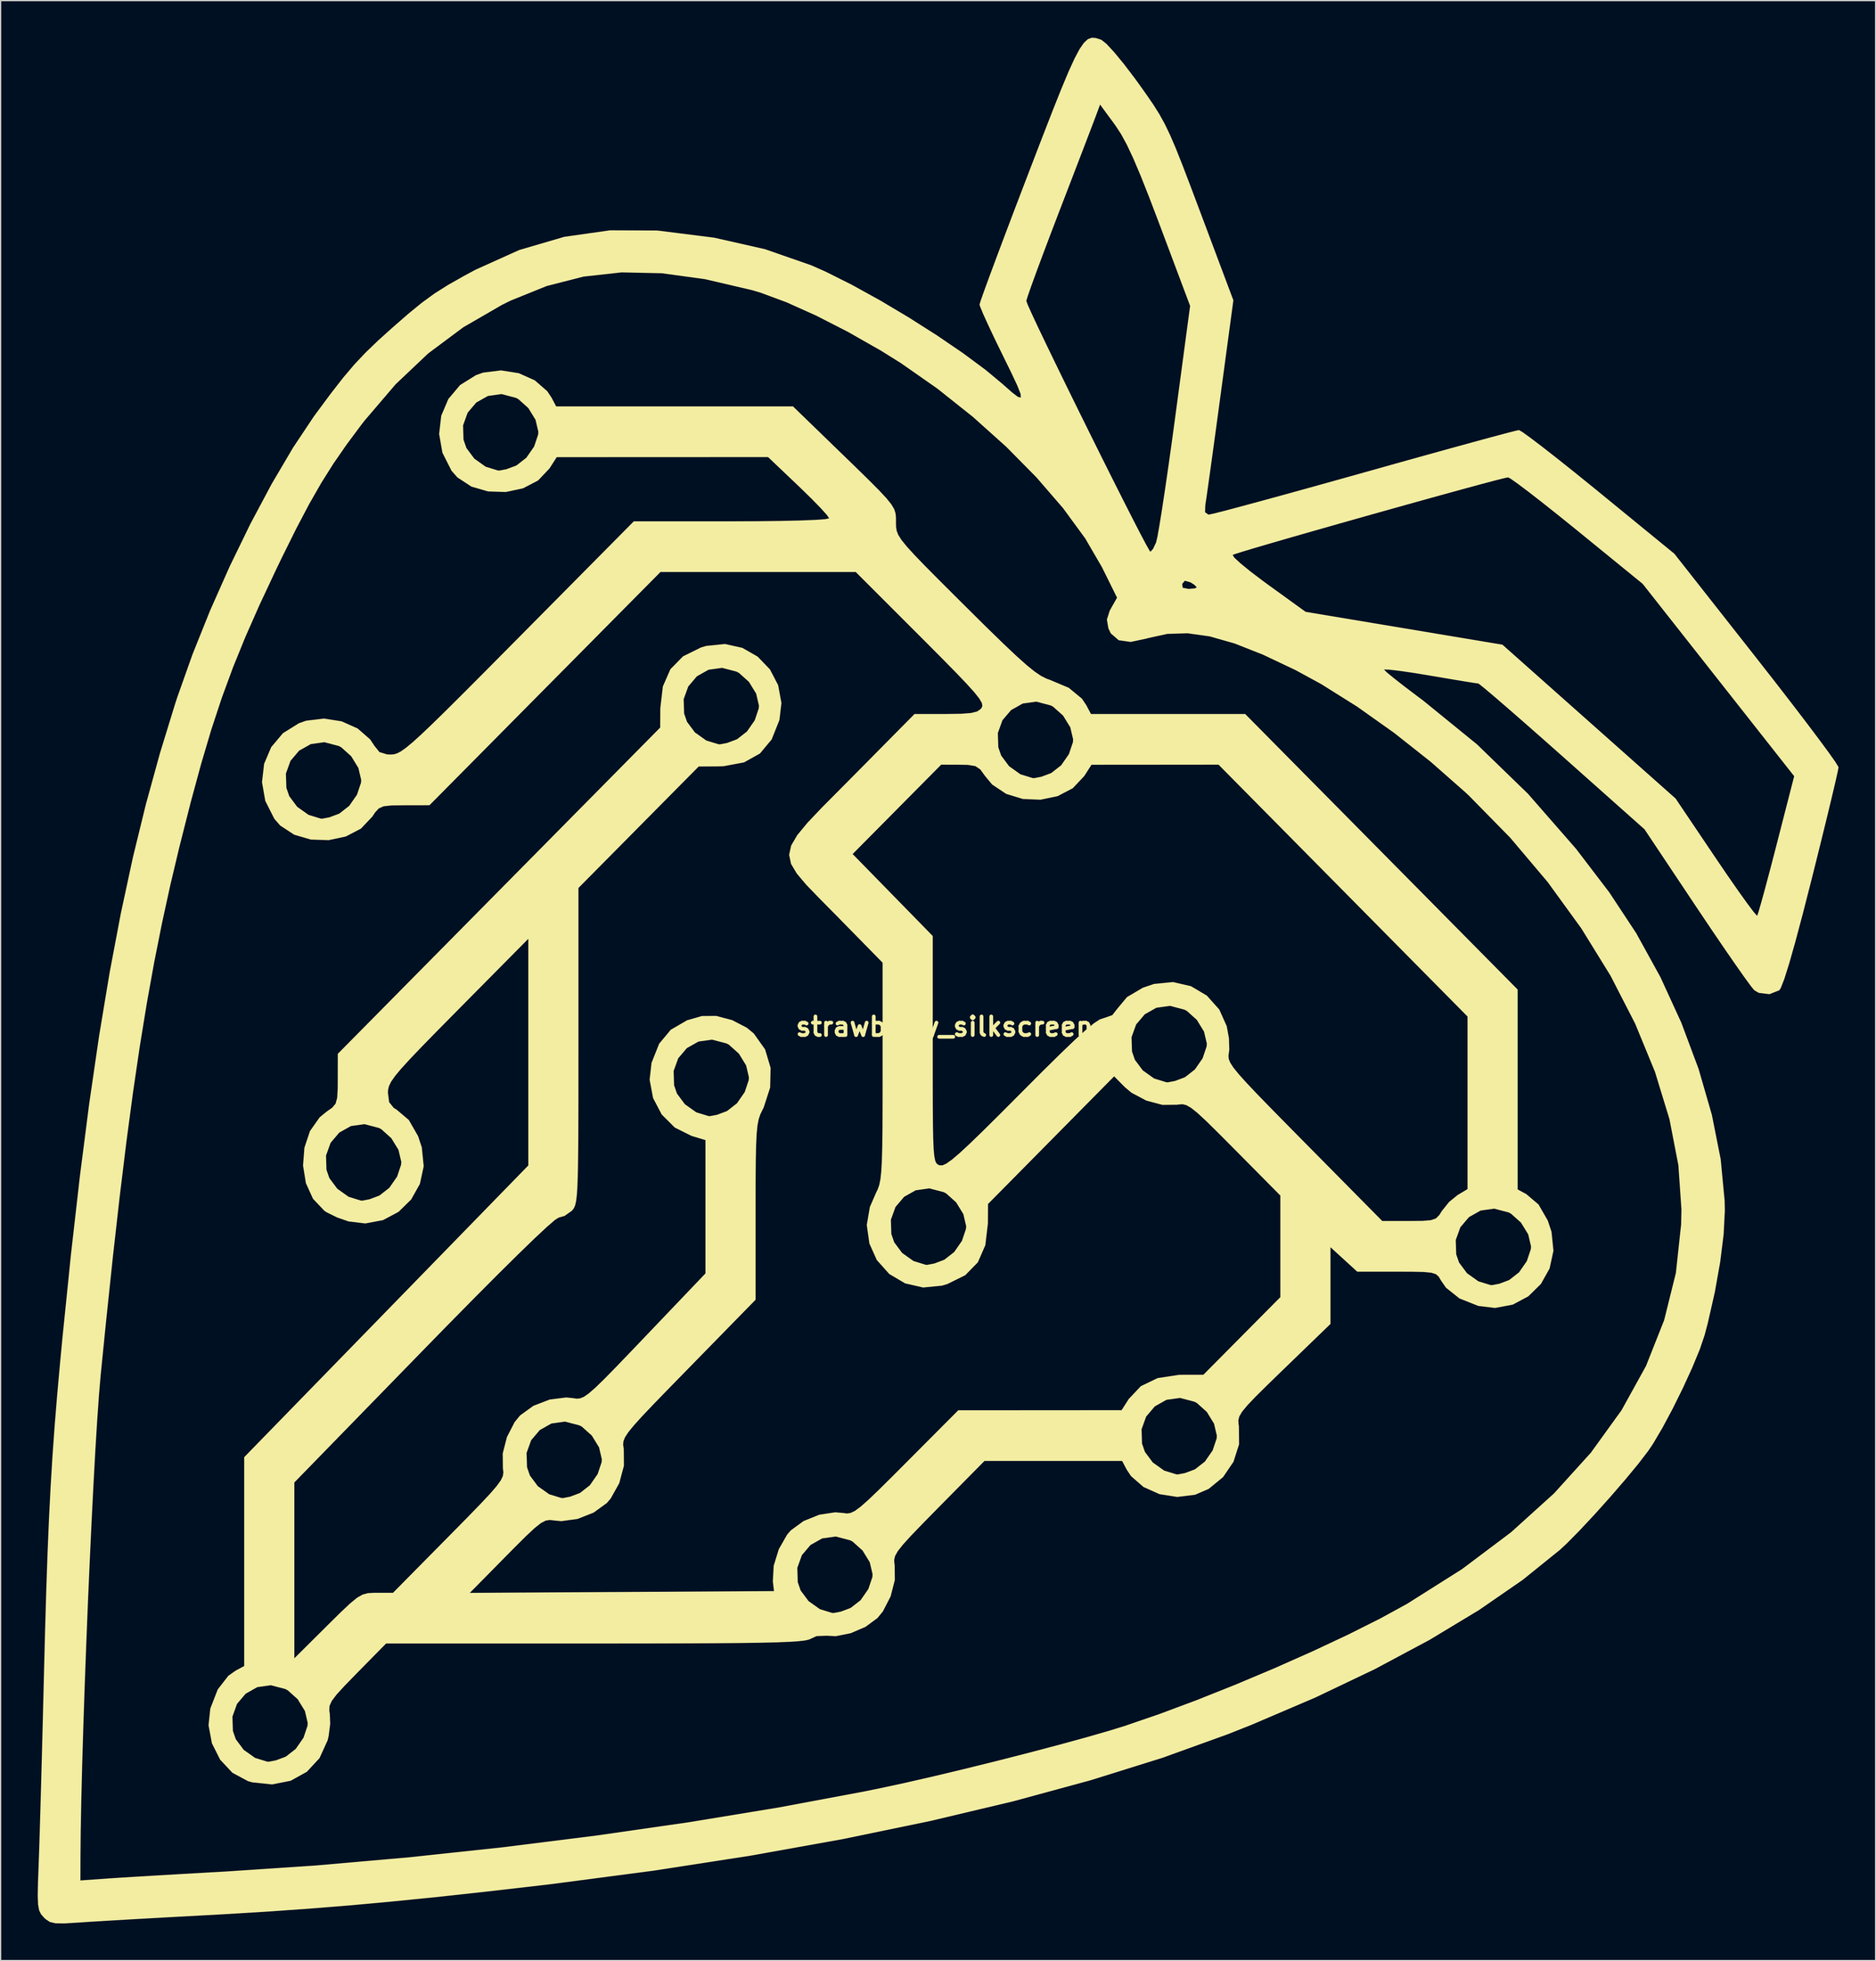
<source format=kicad_pcb>
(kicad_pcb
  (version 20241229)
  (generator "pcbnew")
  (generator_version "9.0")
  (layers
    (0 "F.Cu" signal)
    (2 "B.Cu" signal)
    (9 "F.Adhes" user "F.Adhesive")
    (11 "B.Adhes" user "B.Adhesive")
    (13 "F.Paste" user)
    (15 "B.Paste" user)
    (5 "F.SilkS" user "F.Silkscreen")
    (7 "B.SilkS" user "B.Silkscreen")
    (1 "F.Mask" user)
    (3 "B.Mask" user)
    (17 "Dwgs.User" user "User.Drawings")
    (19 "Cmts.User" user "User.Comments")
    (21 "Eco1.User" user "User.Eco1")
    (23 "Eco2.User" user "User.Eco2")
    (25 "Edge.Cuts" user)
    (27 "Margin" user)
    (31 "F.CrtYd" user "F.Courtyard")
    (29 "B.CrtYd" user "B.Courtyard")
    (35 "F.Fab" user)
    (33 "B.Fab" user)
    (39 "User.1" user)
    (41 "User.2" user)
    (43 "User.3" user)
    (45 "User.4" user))
  (footprint "strawberry_silkscreen"
    (layer "F.Cu")
    (at 73.302 79.905)
    (property "Reference" "strawberry_silkscreen" (at 0 0 0) (layer "F.SilkS") (effects (font (size 1.5 1.5) (thickness 0.3))))
    (attr board_only exclude_from_pos_files exclude_from_bom)
    (fp_poly (pts (xy 12.225 -79.886) (xy 12.58 -79.775) (xy 12.695 -79.731) (xy 13.088 -79.422) (xy 13.715 -78.747) (xy 14.503 -77.792) (xy 15.379 -76.642) (xy 15.657 -76.26) (xy 16.342 -75.3) (xy 16.903 -74.481) (xy 17.381 -73.72) (xy 17.814 -72.936) (xy 18.242 -72.046) (xy 18.704 -70.97) (xy 19.239 -69.626) (xy 19.887 -67.931) (xy 20.665 -65.866) (xy 23.359 -58.69) (xy 22.291 -50.785) (xy 22.013 -48.733) (xy 21.752 -46.828) (xy 21.52 -45.144) (xy 21.326 -43.758) (xy 21.182 -42.746) (xy 21.098 -42.183) (xy 21.089 -42.128) (xy 21.071 -41.565) (xy 21.329 -41.38) (xy 21.39 -41.377) (xy 21.732 -41.449) (xy 22.541 -41.653) (xy 23.763 -41.976) (xy 25.345 -42.403) (xy 27.234 -42.919) (xy 29.376 -43.51) (xy 31.718 -44.162) (xy 33.965 -44.791) (xy 36.437 -45.485) (xy 38.755 -46.131) (xy 40.865 -46.715) (xy 42.714 -47.223) (xy 44.25 -47.641) (xy 45.42 -47.953) (xy 46.17 -48.146) (xy 46.444 -48.205) (xy 46.734 -48.04) (xy 47.385 -47.571) (xy 48.344 -46.842) (xy 49.554 -45.897) (xy 50.959 -44.778) (xy 52.505 -43.529) (xy 52.897 -43.208) (xy 59.012 -38.211) (xy 65.647 -29.78) (xy 67.108 -27.914) (xy 68.458 -26.171) (xy 69.661 -24.599) (xy 70.679 -23.248) (xy 71.478 -22.165) (xy 72.02 -21.398) (xy 72.269 -20.995) (xy 72.282 -20.954) (xy 72.217 -20.602) (xy 72.034 -19.787) (xy 71.748 -18.574) (xy 71.376 -17.029) (xy 70.932 -15.218) (xy 70.433 -13.208) (xy 70.11 -11.918) (xy 69.397 -9.128) (xy 68.789 -6.847) (xy 68.288 -5.082) (xy 67.895 -3.837) (xy 67.612 -3.117) (xy 67.491 -2.936) (xy 66.69 -2.621) (xy 65.836 -2.727) (xy 65.476 -2.936) (xy 65.218 -3.245) (xy 64.703 -3.947) (xy 63.975 -4.979) (xy 63.075 -6.281) (xy 62.048 -7.789) (xy 60.936 -9.443) (xy 60.823 -9.612) (xy 56.596 -15.946) (xy 49.973 -21.834) (xy 48.371 -23.253) (xy 46.897 -24.549) (xy 45.6 -25.68) (xy 44.53 -26.603) (xy 43.735 -27.275) (xy 43.264 -27.655) (xy 43.157 -27.725) (xy 42.834 -27.769) (xy 42.08 -27.889) (xy 40.998 -28.069) (xy 39.69 -28.29) (xy 39.248 -28.365) (xy 37.913 -28.584) (xy 36.793 -28.746) (xy 35.983 -28.841) (xy 35.577 -28.856) (xy 35.548 -28.84) (xy 35.76 -28.629) (xy 36.331 -28.16) (xy 37.184 -27.493) (xy 38.241 -26.692) (xy 38.692 -26.356) (xy 43.055 -22.809) (xy 47.172 -18.819) (xy 51.069 -14.36) (xy 53.746 -10.854) (xy 55.929 -7.546) (xy 57.882 -4.004) (xy 59.574 -0.316) (xy 60.972 3.426) (xy 62.044 7.134) (xy 62.756 10.716) (xy 63.076 14.084) (xy 63.091 14.885) (xy 62.995 16.772) (xy 62.717 19.012) (xy 62.282 21.454) (xy 61.715 23.948) (xy 61.454 24.937) (xy 61.062 26.089) (xy 60.454 27.559) (xy 59.702 29.201) (xy 58.875 30.871) (xy 58.044 32.424) (xy 57.281 33.715) (xy 56.903 34.276) (xy 56.093 35.331) (xy 55.028 36.619) (xy 53.814 38.022) (xy 52.554 39.425) (xy 51.353 40.71) (xy 50.315 41.761) (xy 49.772 42.267) (xy 46.746 44.707) (xy 43.218 47.141) (xy 39.225 49.55) (xy 34.806 51.912) (xy 29.997 54.206) (xy 24.838 56.411) (xy 22.912 57.175) (xy 17.625 59.082) (xy 11.837 60.89) (xy 5.58 62.593) (xy -1.117 64.182) (xy -8.22 65.652) (xy -15.699 66.994) (xy -23.521 68.203) (xy -31.657 69.272) (xy -32.696 69.396) (xy -37.083 69.9) (xy -41.047 70.332) (xy -44.699 70.699) (xy -48.15 71.013) (xy -51.51 71.283) (xy -54.891 71.519) (xy -58.403 71.731) (xy -59.852 71.81) (xy -62.002 71.926) (xy -64.09 72.041) (xy -66.023 72.151) (xy -67.708 72.249) (xy -69.05 72.331) (xy -69.957 72.391) (xy -70.03 72.396) (xy -71.146 72.464) (xy -71.864 72.454) (xy -72.324 72.346) (xy -72.666 72.117) (xy -72.806 71.983) (xy -73.037 71.717) (xy -73.189 71.403) (xy -73.274 70.94) (xy -73.302 70.227) (xy -73.282 69.162) (xy -73.275 68.991) (xy -69.85 68.991) (xy -67.621 68.832) (xy -66.739 68.774) (xy -65.418 68.692) (xy -63.758 68.593) (xy -61.859 68.482) (xy -59.822 68.365) (xy -58.055 68.266) (xy -50.806 67.781) (xy -43.314 67.124) (xy -35.703 66.311) (xy -28.1 65.358) (xy -20.63 64.282) (xy -13.419 63.098) (xy -6.592 61.822) (xy -5.269 61.554) (xy -3.232 61.116) (xy -0.896 60.582) (xy 1.631 59.978) (xy 4.244 59.332) (xy 6.836 58.67) (xy 9.301 58.019) (xy 11.532 57.408) (xy 13.424 56.862) (xy 14.591 56.5) (xy 17.376 55.545) (xy 20.395 54.418) (xy 23.541 53.164) (xy 26.705 51.832) (xy 29.781 50.467) (xy 32.661 49.115) (xy 35.237 47.823) (xy 37.403 46.638) (xy 37.408 46.635) (xy 41.847 43.832) (xy 45.806 40.857) (xy 49.279 37.719) (xy 52.26 34.427) (xy 54.742 30.991) (xy 56.718 27.418) (xy 58.184 23.719) (xy 59.133 19.902) (xy 59.557 15.975) (xy 59.582 14.771) (xy 59.335 11.199) (xy 58.613 7.475) (xy 57.441 3.649) (xy 55.845 -0.23) (xy 53.851 -4.111) (xy 51.484 -7.943) (xy 48.771 -11.678) (xy 45.739 -15.265) (xy 42.411 -18.654) (xy 42.096 -18.949) (xy 39.305 -21.404) (xy 36.353 -23.736) (xy 33.362 -25.857) (xy 30.455 -27.68) (xy 28.374 -28.813) (xy 25.743 -30.058) (xy 23.457 -30.959) (xy 21.452 -31.53) (xy 19.662 -31.784) (xy 18.024 -31.735) (xy 16.474 -31.397) (xy 16.362 -31.362) (xy 15.054 -31.084) (xy 14.087 -31.221) (xy 13.446 -31.777) (xy 13.253 -32.187) (xy 13.133 -32.894) (xy 13.36 -33.605) (xy 13.47 -33.808) (xy 13.954 -34.661) (xy 13.403 -35.773) (xy 19.221 -35.773) (xy 19.26 -35.46) (xy 19.734 -35.369) (xy 20.238 -35.413) (xy 20.401 -35.496) (xy 20.195 -35.709) (xy 19.888 -35.9) (xy 19.438 -36.028) (xy 19.221 -35.773) (xy 13.403 -35.773) (xy 12.73 -37.132) (xy 12.158 -38.113) (xy 23.302 -38.113) (xy 23.434 -37.898) (xy 23.937 -37.433) (xy 24.737 -36.781) (xy 25.763 -36.003) (xy 26.147 -35.723) (xy 29.198 -33.518) (xy 37.155 -32.19) (xy 45.112 -30.862) (xy 52.111 -24.647) (xy 59.11 -18.432) (xy 62.344 -13.634) (xy 63.304 -12.224) (xy 64.163 -10.99) (xy 64.874 -9.996) (xy 65.393 -9.305) (xy 65.672 -8.981) (xy 65.706 -8.966) (xy 65.809 -9.258) (xy 66.024 -9.999) (xy 66.33 -11.11) (xy 66.704 -12.511) (xy 67.125 -14.123) (xy 67.265 -14.666) (xy 68.696 -20.236) (xy 62.572 -28.007) (xy 56.448 -35.778) (xy 51.166 -40.08) (xy 49.707 -41.258) (xy 48.378 -42.313) (xy 47.238 -43.199) (xy 46.348 -43.868) (xy 45.768 -44.276) (xy 45.568 -44.382) (xy 45.226 -44.311) (xy 44.435 -44.11) (xy 43.262 -43.798) (xy 41.772 -43.393) (xy 40.032 -42.915) (xy 38.109 -42.381) (xy 36.067 -41.811) (xy 33.974 -41.223) (xy 31.896 -40.636) (xy 29.899 -40.068) (xy 28.048 -39.538) (xy 26.411 -39.064) (xy 25.053 -38.666) (xy 24.041 -38.361) (xy 23.441 -38.169) (xy 23.302 -38.113) (xy 12.158 -38.113) (xy 11.386 -39.441) (xy 9.603 -41.876) (xy 7.449 -44.37) (xy 4.992 -46.857) (xy 2.298 -49.271) (xy -0.563 -51.547) (xy -3.525 -53.617) (xy -5.134 -54.621) (xy -7.806 -56.141) (xy -10.376 -57.455) (xy -12.753 -58.522) (xy -14.844 -59.298) (xy -15.558 -59.511) (xy -19.354 -60.396) (xy -22.848 -60.875) (xy -26.103 -60.945) (xy -29.183 -60.603) (xy -32.151 -59.844) (xy -35.073 -58.664) (xy -35.769 -58.32) (xy -38.9 -56.508) (xy -41.736 -54.395) (xy -44.368 -51.904) (xy -46.891 -48.953) (xy -47.141 -48.63) (xy -48.333 -47.029) (xy -49.392 -45.499) (xy -50.379 -43.932) (xy -51.358 -42.222) (xy -52.39 -40.263) (xy -53.54 -37.948) (xy -54.059 -36.871) (xy -55.369 -34.079) (xy -56.507 -31.504) (xy -57.511 -29.038) (xy -58.419 -26.573) (xy -59.267 -24.003) (xy -60.094 -21.22) (xy -60.937 -18.117) (xy -61.833 -14.586) (xy -61.86 -14.475) (xy -62.582 -11.44) (xy -63.254 -8.368) (xy -63.884 -5.207) (xy -64.48 -1.904) (xy -65.05 1.592) (xy -65.601 5.333) (xy -66.141 9.372) (xy -66.678 13.761) (xy -67.22 18.551) (xy -67.774 23.795) (xy -68.211 28.14) (xy -68.347 29.723) (xy -68.492 31.78) (xy -68.643 34.238) (xy -68.797 37.027) (xy -68.951 40.073) (xy -69.102 43.306) (xy -69.248 46.652) (xy -69.384 50.04) (xy -69.509 53.397) (xy -69.618 56.653) (xy -69.71 59.733) (xy -69.78 62.568) (xy -69.827 65.084) (xy -69.846 67.209) (xy -69.846 67.27) (xy -69.85 68.991) (xy -73.275 68.991) (xy -73.231 67.795) (xy -73.192 66.71) (xy -73.143 65.162) (xy -73.086 63.236) (xy -73.023 61.014) (xy -72.957 58.579) (xy -72.891 56.017) (xy -72.825 53.41) (xy -72.812 52.848) (xy -72.712 48.963) (xy -72.612 45.538) (xy -72.506 42.485) (xy -72.39 39.717) (xy -72.259 37.148) (xy -72.109 34.691) (xy -71.934 32.259) (xy -71.73 29.764) (xy -71.492 27.121) (xy -71.315 25.263) (xy -70.618 18.43) (xy -69.895 12.096) (xy -69.139 6.217) (xy -68.34 0.747) (xy -67.491 -4.359) (xy -66.584 -9.148) (xy -65.61 -13.666) (xy -64.561 -17.956) (xy -63.429 -22.067) (xy -62.207 -26.042) (xy -62.015 -26.629) (xy -60.794 -30.07) (xy -59.369 -33.618) (xy -57.792 -37.168) (xy -56.115 -40.615) (xy -54.388 -43.854) (xy -52.663 -46.78) (xy -50.991 -49.288) (xy -50.807 -49.541) (xy -49.605 -51.16) (xy -48.604 -52.443) (xy -47.702 -53.507) (xy -46.796 -54.467) (xy -45.783 -55.44) (xy -44.708 -56.409) (xy -43.361 -57.585) (xy -42.252 -58.491) (xy -41.231 -59.235) (xy -40.143 -59.923) (xy -38.838 -60.662) (xy -37.922 -61.155) (xy -34.373 -62.754) (xy -30.738 -63.818) (xy -27.033 -64.345) (xy -23.272 -64.33) (xy -23.103 -64.316) (xy -18.612 -63.75) (xy -14.509 -62.821) (xy -10.777 -61.523) (xy -9.593 -60.999) (xy -7.48 -59.941) (xy -5.203 -58.684) (xy -2.873 -57.298) (xy -0.6 -55.852) (xy 1.506 -54.417) (xy 3.333 -53.063) (xy 4.729 -51.901) (xy 5.463 -51.25) (xy 5.945 -50.883) (xy 6.175 -50.832) (xy 6.154 -51.134) (xy 5.882 -51.822) (xy 5.359 -52.932) (xy 4.76 -54.151) (xy 4.104 -55.493) (xy 3.545 -56.675) (xy 3.122 -57.606) (xy 2.88 -58.196) (xy 2.837 -58.348) (xy 2.924 -58.636) (xy 6.62 -58.636) (xy 6.737 -58.322) (xy 7.065 -57.591) (xy 7.574 -56.504) (xy 8.234 -55.125) (xy 9.014 -53.515) (xy 9.881 -51.737) (xy 10.807 -49.853) (xy 11.76 -47.926) (xy 12.708 -46.017) (xy 13.622 -44.19) (xy 14.471 -42.506) (xy 15.222 -41.028) (xy 15.847 -39.817) (xy 16.313 -38.938) (xy 16.59 -38.451) (xy 16.651 -38.373) (xy 16.86 -38.598) (xy 17.111 -39.124) (xy 17.215 -39.568) (xy 17.379 -40.485) (xy 17.591 -41.804) (xy 17.842 -43.458) (xy 18.121 -45.376) (xy 18.417 -47.49) (xy 18.63 -49.057) (xy 19.861 -58.238) (xy 17.417 -64.744) (xy 16.567 -66.977) (xy 15.859 -68.762) (xy 15.261 -70.169) (xy 14.743 -71.268) (xy 14.274 -72.128) (xy 13.821 -72.818) (xy 13.778 -72.878) (xy 12.582 -74.505) (xy 12.29 -73.714) (xy 12.117 -73.254) (xy 11.776 -72.362) (xy 11.297 -71.11) (xy 10.708 -69.576) (xy 10.038 -67.833) (xy 9.316 -65.958) (xy 9.309 -65.941) (xy 8.603 -64.096) (xy 7.966 -62.41) (xy 7.424 -60.953) (xy 7.002 -59.793) (xy 6.726 -59) (xy 6.621 -58.642) (xy 6.62 -58.636) (xy 2.924 -58.636) (xy 2.932 -58.664) (xy 3.203 -59.433) (xy 3.63 -60.6) (xy 4.191 -62.108) (xy 4.866 -63.904) (xy 5.634 -65.931) (xy 6.476 -68.133) (xy 6.823 -69.038) (xy 7.858 -71.728) (xy 8.722 -73.949) (xy 9.438 -75.745) (xy 10.029 -77.155) (xy 10.517 -78.224) (xy 10.926 -78.991) (xy 11.278 -79.499) (xy 11.596 -79.79) (xy 11.904 -79.905)) (stroke (width 0) (type solid)) (fill yes) (layer "F.SilkS"))
    (fp_poly (pts (xy -34.408 -52.799) (xy -33.115 -52.221) (xy -32.107 -51.342) (xy -31.762 -50.823) (xy -31.388 -50.117) (xy -21.816 -50.117) (xy -12.243 -50.117) (xy -8.824 -46.804) (xy -7.319 -45.346) (xy -6.158 -44.212) (xy -5.296 -43.347) (xy -4.69 -42.697) (xy -4.293 -42.205) (xy -4.062 -41.817) (xy -3.953 -41.477) (xy -3.919 -41.131) (xy -3.918 -40.73) (xy -3.91 -40.382) (xy -3.86 -40.063) (xy -3.726 -39.725) (xy -3.467 -39.318) (xy -3.041 -38.792) (xy -2.408 -38.097) (xy -1.525 -37.184) (xy -0.353 -36.003) (xy 1.151 -34.504) (xy 1.689 -33.969) (xy 3.369 -32.305) (xy 4.721 -30.989) (xy 5.792 -29.977) (xy 6.631 -29.226) (xy 7.289 -28.694) (xy 7.814 -28.339) (xy 8.256 -28.117) (xy 8.512 -28.026) (xy 10.055 -27.377) (xy 11.116 -26.5) (xy 11.472 -25.969) (xy 11.846 -25.263) (xy 18.079 -25.263) (xy 24.312 -25.263) (xy 35.327 -14.13) (xy 46.341 -2.997) (xy 46.341 5.079) (xy 46.341 13.154) (xy 47.04 13.532) (xy 48.03 14.371) (xy 48.777 15.669) (xy 49.08 16.582) (xy 49.235 18.113) (xy 48.924 19.542) (xy 48.222 20.794) (xy 47.204 21.793) (xy 45.944 22.464) (xy 44.516 22.732) (xy 43.157 22.569) (xy 41.637 21.964) (xy 40.547 21.097) (xy 40.139 20.507) (xy 39.962 20.208) (xy 39.741 20.008) (xy 39.374 19.887) (xy 38.759 19.826) (xy 37.796 19.804) (xy 36.569 19.801) (xy 33.373 19.801) (xy 32.291 18.813) (xy 31.21 17.826) (xy 31.21 20.924) (xy 31.21 24.023) (xy 27.421 27.685) (xy 26.117 28.95) (xy 25.156 29.901) (xy 24.489 30.601) (xy 24.067 31.111) (xy 23.84 31.494) (xy 23.761 31.812) (xy 23.78 32.127) (xy 23.806 32.277) (xy 23.82 33.747) (xy 23.37 35.159) (xy 22.528 36.398) (xy 21.367 37.35) (xy 20.264 37.827) (xy 18.822 38.004) (xy 17.385 37.778) (xy 16.092 37.199) (xy 15.084 36.321) (xy 14.739 35.802) (xy 14.365 35.096) (xy 8.8 35.096) (xy 3.235 35.096) (xy -0.482 38.86) (xy -1.761 40.16) (xy -2.704 41.14) (xy -3.358 41.86) (xy -3.771 42.385) (xy -3.991 42.776) (xy -4.065 43.096) (xy -4.042 43.408) (xy -4.024 43.506) (xy -4.011 44.72) (xy -4.352 46.044) (xy -4.976 47.252) (xy -5.413 47.787) (xy -6.377 48.498) (xy -7.572 49.012) (xy -8.779 49.254) (xy -9.522 49.217) (xy -10.34 49.248) (xy -10.793 49.456) (xy -10.972 49.536) (xy -11.302 49.606) (xy -11.819 49.664) (xy -12.563 49.712) (xy -13.57 49.752) (xy -14.88 49.783) (xy -16.53 49.807) (xy -18.559 49.824) (xy -21.004 49.835) (xy -23.904 49.842) (xy -27.297 49.844) (xy -28.227 49.844) (xy -45.137 49.844) (xy -47.5 52.244) (xy -48.488 53.258) (xy -49.146 53.978) (xy -49.534 54.492) (xy -49.71 54.888) (xy -49.732 55.252) (xy -49.69 55.524) (xy -49.657 56.337) (xy -49.783 57.325) (xy -49.865 57.667) (xy -50.521 59.108) (xy -51.546 60.212) (xy -52.854 60.936) (xy -54.358 61.233) (xy -55.971 61.062) (xy -56.314 60.962) (xy -57.565 60.29) (xy -58.555 59.232) (xy -59.219 57.912) (xy -59.493 56.452) (xy -59.419 55.752) (xy -57.561 55.752) (xy -57.524 56.905) (xy -57.291 57.577) (xy -56.652 58.435) (xy -55.732 59.088) (xy -54.748 59.391) (xy -54.624 59.397) (xy -54.048 59.287) (xy -53.308 59.011) (xy -53.226 58.972) (xy -52.443 58.361) (xy -51.816 57.459) (xy -51.492 56.495) (xy -51.476 56.262) (xy -51.702 55.297) (xy -52.287 54.347) (xy -53.085 53.633) (xy -53.279 53.527) (xy -54.452 53.218) (xy -55.551 53.371) (xy -56.491 53.901) (xy -57.189 54.723) (xy -57.561 55.752) (xy -59.419 55.752) (xy -59.348 55.092) (xy -58.749 53.556) (xy -57.892 52.453) (xy -57.308 52.041) (xy -56.61 51.664) (xy -56.61 43.226) (xy -56.61 34.788) (xy -45.126 23.002) (xy -33.641 11.216) (xy -33.641 2.06) (xy -33.641 -7.096) (xy -39.316 -1.366) (xy -40.945 0.284) (xy -42.231 1.598) (xy -43.212 2.625) (xy -43.93 3.412) (xy -44.425 4.007) (xy -44.738 4.459) (xy -44.909 4.816) (xy -44.98 5.124) (xy -44.99 5.345) (xy -44.893 6.102) (xy -44.522 6.563) (xy -44.292 6.704) (xy -43.302 7.543) (xy -42.555 8.841) (xy -42.252 9.754) (xy -42.097 11.285) (xy -42.408 12.714) (xy -43.11 13.966) (xy -44.128 14.965) (xy -45.388 15.636) (xy -46.816 15.904) (xy -48.175 15.741) (xy -49.105 15.416) (xy -49.94 15.005) (xy -50.13 14.881) (xy -51.05 13.907) (xy -51.623 12.646) (xy -51.853 11.227) (xy -51.791 10.415) (xy -49.995 10.415) (xy -49.958 11.568) (xy -49.725 12.239) (xy -49.086 13.097) (xy -48.167 13.751) (xy -47.182 14.053) (xy -47.058 14.059) (xy -46.482 13.95) (xy -45.742 13.673) (xy -45.66 13.635) (xy -44.877 13.024) (xy -44.25 12.121) (xy -43.926 11.157) (xy -43.91 10.925) (xy -44.137 9.959) (xy -44.721 9.009) (xy -45.519 8.295) (xy -45.713 8.189) (xy -46.886 7.881) (xy -47.985 8.034) (xy -48.925 8.563) (xy -49.623 9.385) (xy -49.995 10.415) (xy -51.791 10.415) (xy -51.742 9.782) (xy -51.293 8.438) (xy -50.509 7.327) (xy -49.95 6.87) (xy -49.491 6.547) (xy -49.222 6.223) (xy -49.093 5.751) (xy -49.051 4.98) (xy -49.047 4.24) (xy -49.044 2.198) (xy -36.012 -10.984) (xy -22.98 -24.167) (xy -22.97 -25.739) (xy -22.885 -26.456) (xy -21.082 -26.456) (xy -21.045 -25.303) (xy -20.812 -24.632) (xy -20.173 -23.774) (xy -19.254 -23.12) (xy -18.269 -22.818) (xy -18.145 -22.812) (xy -17.57 -22.921) (xy -16.829 -23.198) (xy -16.747 -23.236) (xy -15.965 -23.847) (xy -15.337 -24.75) (xy -15.013 -25.714) (xy -14.997 -25.946) (xy -15.224 -26.912) (xy -15.808 -27.862) (xy -16.607 -28.576) (xy -16.8 -28.682) (xy -17.974 -28.99) (xy -19.072 -28.837) (xy -20.012 -28.308) (xy -20.71 -27.486) (xy -21.082 -26.456) (xy -22.885 -26.456) (xy -22.763 -27.491) (xy -22.156 -28.878) (xy -21.137 -29.919) (xy -19.692 -30.633) (xy -19.262 -30.763) (xy -17.748 -30.919) (xy -16.334 -30.605) (xy -15.096 -29.895) (xy -14.107 -28.866) (xy -13.443 -27.592) (xy -13.178 -26.149) (xy -13.339 -24.776) (xy -13.967 -23.205) (xy -14.914 -22.069) (xy -16.199 -21.353) (xy -17.84 -21.044) (xy -18.31 -21.028) (xy -19.867 -21.018) (xy -24.727 -16.111) (xy -29.588 -11.204) (xy -29.588 1.568) (xy -29.589 4.541) (xy -29.592 7.016) (xy -29.6 9.041) (xy -29.615 10.664) (xy -29.638 11.934) (xy -29.671 12.898) (xy -29.717 13.604) (xy -29.777 14.101) (xy -29.854 14.436) (xy -29.949 14.659) (xy -30.064 14.816) (xy -30.129 14.885) (xy -30.707 15.293) (xy -31.186 15.431) (xy -31.493 15.626) (xy -32.155 16.199) (xy -33.155 17.133) (xy -34.475 18.412) (xy -36.098 20.016) (xy -38.005 21.931) (xy -40.179 24.137) (xy -42.129 26.132) (xy -52.556 36.834) (xy -52.556 43.936) (xy -52.556 51.039) (xy -49.892 48.393) (xy -48.827 47.341) (xy -48.055 46.613) (xy -47.489 46.149) (xy -47.037 45.89) (xy -46.61 45.776) (xy -46.118 45.748) (xy -45.903 45.747) (xy -44.579 45.747) (xy -40.051 41.164) (xy -38.621 39.714) (xy -37.532 38.593) (xy -36.738 37.748) (xy -36.198 37.123) (xy -35.866 36.663) (xy -35.701 36.315) (xy -35.657 36.022) (xy -35.691 35.731) (xy -35.697 35.699) (xy -35.71 34.484) (xy -35.701 34.449) (xy -33.782 34.449) (xy -33.745 35.602) (xy -33.512 36.273) (xy -32.873 37.132) (xy -31.954 37.785) (xy -30.969 38.088) (xy -30.845 38.094) (xy -30.27 37.984) (xy -29.529 37.708) (xy -29.447 37.669) (xy -28.665 37.058) (xy -28.037 36.155) (xy -27.713 35.191) (xy -27.697 34.959) (xy -27.924 33.993) (xy -28.508 33.044) (xy -29.307 32.329) (xy -29.5 32.224) (xy -30.674 31.915) (xy -31.772 32.068) (xy -32.712 32.598) (xy -33.41 33.419) (xy -33.782 34.449) (xy -35.701 34.449) (xy -35.369 33.16) (xy -34.745 31.952) (xy -34.308 31.418) (xy -33.231 30.639) (xy -31.91 30.13) (xy -30.57 29.963) (xy -30.033 30.017) (xy -29.743 30.06) (xy -29.468 30.041) (xy -29.157 29.917) (xy -28.761 29.644) (xy -28.228 29.18) (xy -27.509 28.482) (xy -26.552 27.507) (xy -25.307 26.212) (xy -24.213 25.067) (xy -19.32 19.941) (xy -19.32 14.556) (xy -19.32 9.171) (xy -20.449 8.829) (xy -21.802 8.154) (xy -22.858 7.098) (xy -23.555 5.773) (xy -23.834 4.291) (xy -23.755 3.587) (xy -21.893 3.587) (xy -21.856 4.74) (xy -21.623 5.411) (xy -20.984 6.269) (xy -20.064 6.923) (xy -19.079 7.225) (xy -18.956 7.231) (xy -18.38 7.122) (xy -17.64 6.845) (xy -17.558 6.807) (xy -16.775 6.196) (xy -16.148 5.293) (xy -15.824 4.329) (xy -15.807 4.097) (xy -16.034 3.131) (xy -16.619 2.181) (xy -17.417 1.467) (xy -17.611 1.361) (xy -18.784 1.053) (xy -19.883 1.206) (xy -20.823 1.735) (xy -21.521 2.557) (xy -21.893 3.587) (xy -23.755 3.587) (xy -23.68 2.926) (xy -23.064 1.38) (xy -22.121 0.248) (xy -20.803 -0.515) (xy -19.609 -0.857) (xy -18.444 -0.866) (xy -17.16 -0.526) (xy -15.977 0.088) (xy -15.411 0.555) (xy -14.497 1.842) (xy -14.053 3.327) (xy -14.089 4.922) (xy -14.614 6.54) (xy -14.727 6.764) (xy -14.892 7.108) (xy -15.019 7.492) (xy -15.114 7.987) (xy -15.181 8.663) (xy -15.225 9.592) (xy -15.251 10.845) (xy -15.264 12.493) (xy -15.267 14.607) (xy -15.267 14.925) (xy -15.267 22.069) (xy -20.687 27.608) (xy -22.261 29.218) (xy -23.495 30.49) (xy -24.429 31.472) (xy -25.101 32.215) (xy -25.552 32.767) (xy -25.822 33.178) (xy -25.949 33.497) (xy -25.975 33.774) (xy -25.937 34.059) (xy -25.924 34.132) (xy -25.911 35.481) (xy -26.288 36.89) (xy -26.981 38.132) (xy -27.3 38.501) (xy -28.357 39.267) (xy -29.655 39.779) (xy -30.97 39.96) (xy -31.541 39.907) (xy -31.899 39.863) (xy -32.235 39.914) (xy -32.622 40.115) (xy -33.133 40.52) (xy -33.84 41.182) (xy -34.817 42.155) (xy -35.4 42.745) (xy -38.367 45.753) (xy -26.074 45.682) (xy -13.781 45.611) (xy -13.873 44.821) (xy -13.813 43.735) (xy -11.895 43.735) (xy -11.858 44.888) (xy -11.625 45.559) (xy -10.986 46.418) (xy -10.067 47.071) (xy -9.082 47.374) (xy -8.958 47.38) (xy -8.382 47.27) (xy -7.642 46.994) (xy -7.56 46.955) (xy -6.777 46.344) (xy -6.15 45.441) (xy -5.826 44.477) (xy -5.81 44.245) (xy -6.037 43.279) (xy -6.621 42.33) (xy -7.419 41.615) (xy -7.613 41.51) (xy -8.786 41.201) (xy -9.885 41.354) (xy -10.825 41.884) (xy -11.523 42.705) (xy -11.895 43.735) (xy -13.813 43.735) (xy -13.804 43.563) (xy -13.39 42.224) (xy -12.72 41.05) (xy -12.421 40.704) (xy -11.388 39.95) (xy -10.118 39.439) (xy -8.833 39.243) (xy -8.191 39.298) (xy -7.891 39.339) (xy -7.596 39.299) (xy -7.247 39.135) (xy -6.789 38.8) (xy -6.163 38.25) (xy -5.314 37.437) (xy -4.183 36.318) (xy -3.103 35.236) (xy -0.414 32.537) (xy 15.937 32.537) (xy 15.974 33.69) (xy 16.207 34.362) (xy 16.846 35.22) (xy 17.765 35.873) (xy 18.75 36.176) (xy 18.874 36.182) (xy 19.449 36.072) (xy 20.19 35.796) (xy 20.272 35.757) (xy 21.055 35.146) (xy 21.682 34.243) (xy 22.006 33.279) (xy 22.022 33.047) (xy 21.795 32.082) (xy 21.211 31.132) (xy 20.413 30.418) (xy 20.219 30.312) (xy 19.046 30.003) (xy 17.947 30.156) (xy 17.007 30.686) (xy 16.309 31.508) (xy 15.937 32.537) (xy -0.414 32.537) (xy 1.119 30.999) (xy 7.72 30.996) (xy 14.321 30.992) (xy 14.904 30.083) (xy 15.88 29.05) (xy 17.233 28.4) (xy 18.948 28.138) (xy 19.248 28.133) (xy 20.932 28.131) (xy 24.044 24.995) (xy 27.156 21.858) (xy 27.156 17.753) (xy 27.156 17.243) (xy 41.337 17.243) (xy 41.374 18.395) (xy 41.607 19.067) (xy 42.246 19.925) (xy 43.165 20.579) (xy 44.15 20.881) (xy 44.274 20.887) (xy 44.849 20.778) (xy 45.59 20.501) (xy 45.672 20.463) (xy 46.455 19.851) (xy 47.082 18.949) (xy 47.406 17.985) (xy 47.422 17.753) (xy 47.195 16.787) (xy 46.611 15.837) (xy 45.813 15.123) (xy 45.619 15.017) (xy 44.446 14.709) (xy 43.347 14.862) (xy 42.407 15.391) (xy 41.709 16.213) (xy 41.337 17.243) (xy 27.156 17.243) (xy 27.156 13.649) (xy 23.432 9.892) (xy 22.146 8.599) (xy 21.177 7.645) (xy 20.464 6.984) (xy 19.945 6.567) (xy 19.558 6.345) (xy 19.241 6.269) (xy 18.932 6.293) (xy 18.836 6.311) (xy 17.629 6.324) (xy 16.316 5.976) (xy 15.118 5.34) (xy 14.592 4.899) (xy 13.72 4.017) (xy 8.622 9.175) (xy 3.524 14.332) (xy 3.514 15.906) (xy 3.307 17.658) (xy 2.702 19.045) (xy 1.683 20.086) (xy 0.238 20.8) (xy -0.193 20.93) (xy -1.72 21.081) (xy -3.178 20.746) (xy -4.461 19.987) (xy -5.467 18.862) (xy -6.067 17.527) (xy -6.279 16.026) (xy -6.206 15.604) (xy -4.329 15.604) (xy -4.292 16.757) (xy -4.059 17.428) (xy -3.42 18.287) (xy -2.501 18.94) (xy -1.516 19.243) (xy -1.392 19.249) (xy -0.816 19.139) (xy -0.076 18.862) (xy 0.006 18.824) (xy 0.789 18.213) (xy 1.416 17.31) (xy 1.74 16.346) (xy 1.756 16.114) (xy 1.529 15.148) (xy 0.945 14.199) (xy 0.147 13.484) (xy -0.047 13.378) (xy -1.22 13.07) (xy -2.319 13.223) (xy -3.259 13.752) (xy -3.957 14.574) (xy -4.329 15.604) (xy -6.206 15.604) (xy -6.029 14.573) (xy -5.539 13.447) (xy -5.389 13.137) (xy -5.27 12.792) (xy -5.178 12.348) (xy -5.11 11.744) (xy -5.061 10.916) (xy -5.029 9.804) (xy -5.01 8.344) (xy -5.002 6.475) (xy -4.999 4.133) (xy -4.999 3.632) (xy -4.999 -5.166) (xy -8.782 -9.022) (xy -10.123 -10.377) (xy -11.179 -11.471) (xy -11.941 -12.374) (xy -12.403 -13.155) (xy -12.556 -13.885) (xy -12.542 -13.946) (xy -7.421 -13.946) (xy -4.184 -10.636) (xy -0.946 -7.325) (xy -0.946 1.849) (xy -0.945 4.328) (xy -0.941 6.315) (xy -0.929 7.868) (xy -0.907 9.04) (xy -0.872 9.889) (xy -0.819 10.468) (xy -0.745 10.835) (xy -0.648 11.044) (xy -0.523 11.15) (xy -0.374 11.208) (xy -0.159 11.208) (xy 0.152 11.068) (xy 0.598 10.752) (xy 1.221 10.223) (xy 2.06 9.446) (xy 3.157 8.384) (xy 4.551 7.001) (xy 6.193 5.354) (xy 7.973 3.571) (xy 9.417 2.149) (xy 10.559 1.056) (xy 10.78 0.855) (xy 15.126 0.855) (xy 15.164 2.008) (xy 15.396 2.68) (xy 16.036 3.538) (xy 16.955 4.192) (xy 17.94 4.494) (xy 18.063 4.5) (xy 18.639 4.39) (xy 19.379 4.114) (xy 19.461 4.076) (xy 20.244 3.464) (xy 20.872 2.562) (xy 21.196 1.598) (xy 21.212 1.366) (xy 20.985 0.4) (xy 20.4 -0.55) (xy 19.602 -1.264) (xy 19.408 -1.37) (xy 18.235 -1.678) (xy 17.136 -1.526) (xy 16.196 -0.996) (xy 15.498 -0.174) (xy 15.126 0.855) (xy 10.78 0.855) (xy 11.437 0.26) (xy 12.086 -0.273) (xy 12.544 -0.576) (xy 12.846 -0.682) (xy 12.871 -0.683) (xy 13.571 -0.928) (xy 13.928 -1.389) (xy 14.759 -2.389) (xy 16.043 -3.145) (xy 16.946 -3.451) (xy 18.475 -3.602) (xy 19.932 -3.267) (xy 21.215 -2.507) (xy 22.221 -1.38) (xy 22.822 -0.039) (xy 23 0.928) (xy 23.03 1.846) (xy 22.997 2.106) (xy 22.962 2.36) (xy 22.987 2.616) (xy 23.109 2.92) (xy 23.366 3.314) (xy 23.796 3.845) (xy 24.435 4.555) (xy 25.321 5.49) (xy 26.493 6.694) (xy 27.986 8.211) (xy 29.108 9.347) (xy 35.394 15.704) (xy 37.567 15.704) (xy 38.65 15.695) (xy 39.328 15.639) (xy 39.736 15.496) (xy 40.008 15.224) (xy 40.213 14.895) (xy 40.803 14.162) (xy 41.487 13.607) (xy 42.288 13.128) (xy 42.288 6.156) (xy 42.288 -0.817) (xy 32.224 -10.992) (xy 22.16 -21.167) (xy 17.025 -21.163) (xy 11.889 -21.16) (xy 11.307 -20.251) (xy 10.375 -19.263) (xy 9.153 -18.624) (xy 7.765 -18.335) (xy 6.336 -18.395) (xy 4.992 -18.805) (xy 3.855 -19.564) (xy 3.284 -20.251) (xy 2.901 -20.779) (xy 2.501 -21.05) (xy 1.89 -21.15) (xy 1.22 -21.163) (xy -0.263 -21.167) (xy -3.842 -17.556) (xy -7.421 -13.946) (xy -12.542 -13.946) (xy -12.391 -14.635) (xy -11.9 -15.473) (xy -11.076 -16.471) (xy -9.909 -17.699) (xy -8.393 -19.226) (xy -7.491 -20.134) (xy -3.938 -23.725) (xy 4.318 -23.725) (xy 4.355 -22.572) (xy 4.588 -21.901) (xy 5.227 -21.042) (xy 6.146 -20.389) (xy 7.131 -20.086) (xy 7.255 -20.08) (xy 7.83 -20.19) (xy 8.571 -20.467) (xy 8.653 -20.505) (xy 9.435 -21.116) (xy 10.063 -22.019) (xy 10.387 -22.983) (xy 10.403 -23.215) (xy 10.176 -24.181) (xy 9.592 -25.13) (xy 8.793 -25.845) (xy 8.6 -25.951) (xy 7.426 -26.259) (xy 6.328 -26.106) (xy 5.388 -25.577) (xy 4.69 -24.755) (xy 4.318 -23.725) (xy -3.938 -23.725) (xy -2.416 -25.263) (xy 0.113 -25.263) (xy 1.352 -25.28) (xy 2.164 -25.344) (xy 2.659 -25.472) (xy 2.949 -25.683) (xy 2.996 -25.741) (xy 3.068 -25.917) (xy 3.023 -26.156) (xy 2.822 -26.503) (xy 2.426 -27.003) (xy 1.798 -27.701) (xy 0.898 -28.643) (xy -0.312 -29.873) (xy -1.871 -31.437) (xy -1.911 -31.477) (xy -7.17 -36.734) (xy -15.064 -36.734) (xy -22.958 -36.734) (xy -32.294 -27.312) (xy -41.631 -17.889) (xy -43.648 -17.886) (xy -44.685 -17.874) (xy -45.329 -17.807) (xy -45.728 -17.633) (xy -46.032 -17.301) (xy -46.248 -16.973) (xy -47.171 -16) (xy -48.392 -15.364) (xy -49.784 -15.067) (xy -51.218 -15.114) (xy -52.565 -15.506) (xy -53.698 -16.247) (xy -54.174 -16.791) (xy -54.906 -18.24) (xy -55.171 -19.753) (xy -55.091 -20.448) (xy -53.238 -20.448) (xy -53.2 -19.295) (xy -52.968 -18.623) (xy -52.328 -17.765) (xy -51.409 -17.112) (xy -50.424 -16.809) (xy -50.3 -16.803) (xy -49.725 -16.913) (xy -48.985 -17.189) (xy -48.903 -17.228) (xy -48.12 -17.839) (xy -47.492 -18.741) (xy -47.168 -19.705) (xy -47.152 -19.938) (xy -47.379 -20.903) (xy -47.964 -21.853) (xy -48.762 -22.567) (xy -48.956 -22.673) (xy -50.129 -22.982) (xy -51.227 -22.829) (xy -52.168 -22.299) (xy -52.866 -21.477) (xy -53.238 -20.448) (xy -55.091 -20.448) (xy -55.001 -21.234) (xy -54.426 -22.585) (xy -53.478 -23.711) (xy -52.188 -24.515) (xy -51.609 -24.718) (xy -50.167 -24.894) (xy -48.729 -24.668) (xy -47.437 -24.09) (xy -46.428 -23.211) (xy -46.083 -22.692) (xy -45.676 -22.183) (xy -45.057 -21.997) (xy -44.747 -21.986) (xy -44.508 -22.005) (xy -44.248 -22.082) (xy -43.931 -22.249) (xy -43.523 -22.539) (xy -42.989 -22.983) (xy -42.293 -23.613) (xy -41.402 -24.46) (xy -40.281 -25.557) (xy -38.894 -26.936) (xy -37.207 -28.628) (xy -35.186 -30.665) (xy -34.448 -31.409) (xy -25.112 -40.831) (xy -17.217 -40.831) (xy -15.092 -40.839) (xy -13.215 -40.863) (xy -11.642 -40.899) (xy -10.431 -40.947) (xy -9.64 -41.005) (xy -9.325 -41.071) (xy -9.322 -41.079) (xy -9.509 -41.35) (xy -10.017 -41.912) (xy -10.772 -42.684) (xy -11.698 -43.587) (xy -11.789 -43.673) (xy -14.256 -46.02) (xy -22.8 -46.017) (xy -31.345 -46.014) (xy -31.927 -45.105) (xy -32.85 -44.131) (xy -34.071 -43.495) (xy -35.463 -43.199) (xy -36.897 -43.245) (xy -38.244 -43.637) (xy -39.376 -44.378) (xy -39.852 -44.922) (xy -40.584 -46.371) (xy -40.85 -47.884) (xy -40.77 -48.579) (xy -38.916 -48.579) (xy -38.879 -47.426) (xy -38.646 -46.755) (xy -38.007 -45.896) (xy -37.088 -45.243) (xy -36.103 -44.94) (xy -35.979 -44.934) (xy -35.404 -45.044) (xy -34.663 -45.32) (xy -34.581 -45.359) (xy -33.799 -45.97) (xy -33.171 -46.873) (xy -32.847 -47.837) (xy -32.831 -48.069) (xy -33.058 -49.035) (xy -33.642 -49.984) (xy -34.441 -50.699) (xy -34.634 -50.804) (xy -35.808 -51.113) (xy -36.906 -50.96) (xy -37.846 -50.43) (xy -38.544 -49.609) (xy -38.916 -48.579) (xy -40.77 -48.579) (xy -40.68 -49.365) (xy -40.105 -50.716) (xy -39.157 -51.842) (xy -37.867 -52.646) (xy -37.287 -52.849) (xy -35.846 -53.026)) (stroke (width 0) (type solid)) (fill yes) (layer "F.SilkS")))
  (gr_rect
    (start -3 -3)
    (end 148.583 155.369)
    (stroke (width 0.1) (type default))
    (fill no)
    (layer "Edge.Cuts")))
</source>
